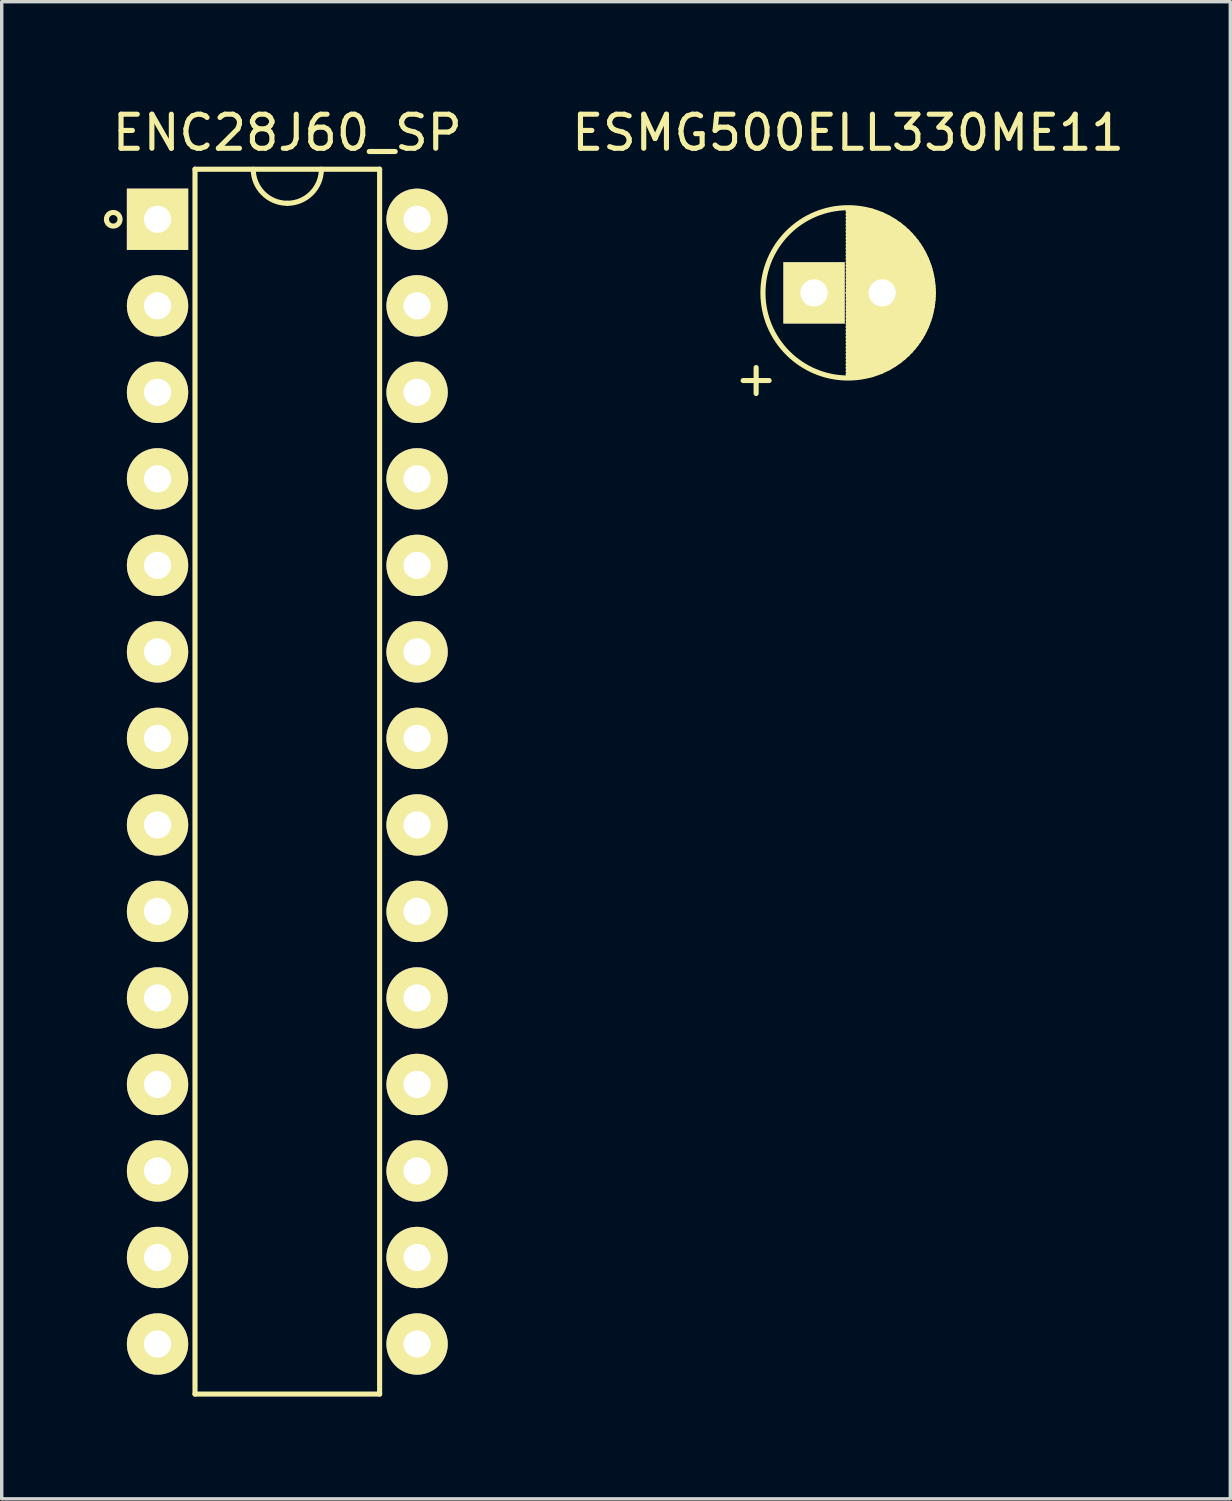
<source format=kicad_pcb>
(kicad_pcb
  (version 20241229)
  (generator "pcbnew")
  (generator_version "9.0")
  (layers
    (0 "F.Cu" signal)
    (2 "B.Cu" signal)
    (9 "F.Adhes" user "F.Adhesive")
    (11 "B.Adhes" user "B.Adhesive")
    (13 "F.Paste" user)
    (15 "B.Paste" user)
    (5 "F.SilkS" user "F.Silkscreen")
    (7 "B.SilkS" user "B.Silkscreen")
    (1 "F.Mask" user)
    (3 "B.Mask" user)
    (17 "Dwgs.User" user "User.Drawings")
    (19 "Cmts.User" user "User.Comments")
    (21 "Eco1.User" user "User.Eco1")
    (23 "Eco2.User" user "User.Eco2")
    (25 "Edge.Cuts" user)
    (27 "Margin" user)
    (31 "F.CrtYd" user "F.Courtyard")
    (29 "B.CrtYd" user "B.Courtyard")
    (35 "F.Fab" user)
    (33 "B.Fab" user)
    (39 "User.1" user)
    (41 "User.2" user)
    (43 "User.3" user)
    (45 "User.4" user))
  (footprint "ESMG500ELL330ME11"
    (layer "F.Cu")
    (at 20.849 5.548)
    (property "Reference" "ESMG500ELL330ME11" (at 1 -4.7 0) (layer "F.SilkS") (effects (font (size 1 1) (thickness 0.15))))
    (attr through_hole)
    (fp_line (start 1 -2.4) (end 1.7 -2.4) (stroke (width 0.15) (type solid)) (layer "F.SilkS"))
    (fp_line (start 1 -2.3) (end 1.98 -2.3) (stroke (width 0.15) (type solid)) (layer "F.SilkS"))
    (fp_line (start 1 -2.2) (end 2.187 -2.2) (stroke (width 0.15) (type solid)) (layer "F.SilkS"))
    (fp_line (start 1 -2.1) (end 2.356 -2.1) (stroke (width 0.15) (type solid)) (layer "F.SilkS"))
    (fp_line (start 1 -2) (end 2.5 -2) (stroke (width 0.15) (type solid)) (layer "F.SilkS"))
    (fp_line (start 1 -1.9) (end 2.625 -1.9) (stroke (width 0.15) (type solid)) (layer "F.SilkS"))
    (fp_line (start 1 -1.8) (end 2.735 -1.8) (stroke (width 0.15) (type solid)) (layer "F.SilkS"))
    (fp_line (start 1 -1.7) (end 2.833 -1.7) (stroke (width 0.15) (type solid)) (layer "F.SilkS"))
    (fp_line (start 1 -1.6) (end 2.921 -1.6) (stroke (width 0.15) (type solid)) (layer "F.SilkS"))
    (fp_line (start 1 -1.5) (end 3 -1.5) (stroke (width 0.15) (type solid)) (layer "F.SilkS"))
    (fp_line (start 1 -1.4) (end 3.071 -1.4) (stroke (width 0.15) (type solid)) (layer "F.SilkS"))
    (fp_line (start 1 -1.3) (end 3.135 -1.3) (stroke (width 0.15) (type solid)) (layer "F.SilkS"))
    (fp_line (start 1 -1.2) (end 3.193 -1.2) (stroke (width 0.15) (type solid)) (layer "F.SilkS"))
    (fp_line (start 1 -1.1) (end 3.245 -1.1) (stroke (width 0.15) (type solid)) (layer "F.SilkS"))
    (fp_line (start 1 -1) (end 3.291 -1) (stroke (width 0.15) (type solid)) (layer "F.SilkS"))
    (fp_line (start 1 -0.9) (end 3.332 -0.9) (stroke (width 0.15) (type solid)) (layer "F.SilkS"))
    (fp_line (start 1 -0.8) (end 3.369 -0.8) (stroke (width 0.15) (type solid)) (layer "F.SilkS"))
    (fp_line (start 1 -0.7) (end 3.4 -0.7) (stroke (width 0.15) (type solid)) (layer "F.SilkS"))
    (fp_line (start 1 -0.6) (end 3.427 -0.6) (stroke (width 0.15) (type solid)) (layer "F.SilkS"))
    (fp_line (start 1 -0.5) (end 3.449 -0.5) (stroke (width 0.15) (type solid)) (layer "F.SilkS"))
    (fp_line (start 1 -0.4) (end 3.468 -0.4) (stroke (width 0.15) (type solid)) (layer "F.SilkS"))
    (fp_line (start 1 -0.3) (end 3.482 -0.3) (stroke (width 0.15) (type solid)) (layer "F.SilkS"))
    (fp_line (start 1 -0.2) (end 3.492 -0.2) (stroke (width 0.15) (type solid)) (layer "F.SilkS"))
    (fp_line (start 1 -0.1) (end 3.498 -0.1) (stroke (width 0.15) (type solid)) (layer "F.SilkS"))
    (fp_line (start 1 0) (end 3.5 0) (stroke (width 0.15) (type solid)) (layer "F.SilkS"))
    (fp_line (start 1 0) (end 3.5 0) (stroke (width 0.15) (type solid)) (layer "F.SilkS"))
    (fp_line (start 1 0.1) (end 3.498 0.1) (stroke (width 0.15) (type solid)) (layer "F.SilkS"))
    (fp_line (start 1 0.2) (end 3.492 0.2) (stroke (width 0.15) (type solid)) (layer "F.SilkS"))
    (fp_line (start 1 0.3) (end 3.482 0.3) (stroke (width 0.15) (type solid)) (layer "F.SilkS"))
    (fp_line (start 1 0.4) (end 3.468 0.4) (stroke (width 0.15) (type solid)) (layer "F.SilkS"))
    (fp_line (start 1 0.5) (end 3.449 0.5) (stroke (width 0.15) (type solid)) (layer "F.SilkS"))
    (fp_line (start 1 0.6) (end 3.427 0.6) (stroke (width 0.15) (type solid)) (layer "F.SilkS"))
    (fp_line (start 1 0.7) (end 3.4 0.7) (stroke (width 0.15) (type solid)) (layer "F.SilkS"))
    (fp_line (start 1 0.8) (end 3.369 0.8) (stroke (width 0.15) (type solid)) (layer "F.SilkS"))
    (fp_line (start 1 0.9) (end 3.332 0.9) (stroke (width 0.15) (type solid)) (layer "F.SilkS"))
    (fp_line (start 1 1) (end 3.291 1) (stroke (width 0.15) (type solid)) (layer "F.SilkS"))
    (fp_line (start 1 1.1) (end 3.245 1.1) (stroke (width 0.15) (type solid)) (layer "F.SilkS"))
    (fp_line (start 1 1.2) (end 3.193 1.2) (stroke (width 0.15) (type solid)) (layer "F.SilkS"))
    (fp_line (start 1 1.3) (end 3.135 1.3) (stroke (width 0.15) (type solid)) (layer "F.SilkS"))
    (fp_line (start 1 1.4) (end 3.071 1.4) (stroke (width 0.15) (type solid)) (layer "F.SilkS"))
    (fp_line (start 1 1.5) (end 3 1.5) (stroke (width 0.15) (type solid)) (layer "F.SilkS"))
    (fp_line (start 1 1.6) (end 2.921 1.6) (stroke (width 0.15) (type solid)) (layer "F.SilkS"))
    (fp_line (start 1 1.7) (end 2.833 1.7) (stroke (width 0.15) (type solid)) (layer "F.SilkS"))
    (fp_line (start 1 1.8) (end 2.735 1.8) (stroke (width 0.15) (type solid)) (layer "F.SilkS"))
    (fp_line (start 1 1.9) (end 2.625 1.9) (stroke (width 0.15) (type solid)) (layer "F.SilkS"))
    (fp_line (start 1 2) (end 2.5 2) (stroke (width 0.15) (type solid)) (layer "F.SilkS"))
    (fp_line (start 1 2.1) (end 2.356 2.1) (stroke (width 0.15) (type solid)) (layer "F.SilkS"))
    (fp_line (start 1 2.2) (end 2.187 2.2) (stroke (width 0.15) (type solid)) (layer "F.SilkS"))
    (fp_line (start 1 2.3) (end 1.98 2.3) (stroke (width 0.15) (type solid)) (layer "F.SilkS"))
    (fp_line (start 1 2.4) (end 1.7 2.4) (stroke (width 0.15) (type solid)) (layer "F.SilkS"))
    (fp_circle (center 1 0) (end 1 -2.5) (stroke (width 0.15) (type solid)) (fill no) (layer "F.SilkS"))
    (fp_text user "+" (at -1.7 2.5 0) (layer "F.SilkS") (effects (font (size 1 1) (thickness 0.15))))
    (pad "1" thru_hole rect (at 0 0) (size 1.8 1.8) (drill 0.8) (layers "*.Cu" "*.Mask" "F.SilkS"))
    (pad "2" thru_hole circle (at 2 0) (size 1.8 1.8) (drill 0.8) (layers "*.Cu" "*.Mask" "F.SilkS")))
  (footprint "ENC28J60_SP"
    (layer "F.Cu")
    (at 1.575 3.388)
    (property "Reference" "ENC28J60_SP" (at 3.81 -2.54 0) (layer "F.SilkS") (effects (font (size 1 1) (thickness 0.15))))
    (attr through_hole)
    (fp_line (start 1.1 -1.47) (end 6.52 -1.47) (stroke (width 0.15) (type solid)) (layer "F.SilkS"))
    (fp_line (start 1.1 34.49) (end 1.1 -1.47) (stroke (width 0.15) (type solid)) (layer "F.SilkS"))
    (fp_line (start 6.52 -1.47) (end 6.52 34.49) (stroke (width 0.15) (type solid)) (layer "F.SilkS"))
    (fp_line (start 6.52 34.49) (end 1.1 34.49) (stroke (width 0.15) (type solid)) (layer "F.SilkS"))
    (fp_arc (start 3.81 -0.47) (mid 3.102893 -0.762893) (end 2.81 -1.47) (stroke (width 0.15) (type solid)) (layer "F.SilkS"))
    (fp_arc (start 4.81 -1.47) (mid 4.517107 -0.762893) (end 3.81 -0.47) (stroke (width 0.15) (type solid)) (layer "F.SilkS"))
    (fp_circle (center -1.3 0) (end -1.3 0.2) (stroke (width 0.15) (type solid)) (fill no) (layer "F.SilkS"))
    (pad "1" thru_hole rect (at 0 0) (size 1.8 1.8) (drill 0.8) (layers "*.Cu" "*.Mask" "F.SilkS"))
    (pad "2" thru_hole circle (at 0 2.54) (size 1.8 1.8) (drill 0.8) (layers "*.Cu" "*.Mask" "F.SilkS"))
    (pad "3" thru_hole circle (at 0 5.08) (size 1.8 1.8) (drill 0.8) (layers "*.Cu" "*.Mask" "F.SilkS"))
    (pad "4" thru_hole circle (at 0 7.62) (size 1.8 1.8) (drill 0.8) (layers "*.Cu" "*.Mask" "F.SilkS"))
    (pad "5" thru_hole circle (at 0 10.16) (size 1.8 1.8) (drill 0.8) (layers "*.Cu" "*.Mask" "F.SilkS"))
    (pad "6" thru_hole circle (at 0 12.7) (size 1.8 1.8) (drill 0.8) (layers "*.Cu" "*.Mask" "F.SilkS"))
    (pad "7" thru_hole circle (at 0 15.24) (size 1.8 1.8) (drill 0.8) (layers "*.Cu" "*.Mask" "F.SilkS"))
    (pad "8" thru_hole circle (at 0 17.78) (size 1.8 1.8) (drill 0.8) (layers "*.Cu" "*.Mask" "F.SilkS"))
    (pad "9" thru_hole circle (at 0 20.32) (size 1.8 1.8) (drill 0.8) (layers "*.Cu" "*.Mask" "F.SilkS"))
    (pad "10" thru_hole circle (at 0 22.86) (size 1.8 1.8) (drill 0.8) (layers "*.Cu" "*.Mask" "F.SilkS"))
    (pad "11" thru_hole circle (at 0 25.4) (size 1.8 1.8) (drill 0.8) (layers "*.Cu" "*.Mask" "F.SilkS"))
    (pad "12" thru_hole circle (at 0 27.94) (size 1.8 1.8) (drill 0.8) (layers "*.Cu" "*.Mask" "F.SilkS"))
    (pad "13" thru_hole circle (at 0 30.48) (size 1.8 1.8) (drill 0.8) (layers "*.Cu" "*.Mask" "F.SilkS"))
    (pad "14" thru_hole circle (at 0 33.02) (size 1.8 1.8) (drill 0.8) (layers "*.Cu" "*.Mask" "F.SilkS"))
    (pad "15" thru_hole circle (at 7.62 33.02) (size 1.8 1.8) (drill 0.8) (layers "*.Cu" "*.Mask" "F.SilkS"))
    (pad "16" thru_hole circle (at 7.62 30.48) (size 1.8 1.8) (drill 0.8) (layers "*.Cu" "*.Mask" "F.SilkS"))
    (pad "17" thru_hole circle (at 7.62 27.94) (size 1.8 1.8) (drill 0.8) (layers "*.Cu" "*.Mask" "F.SilkS"))
    (pad "18" thru_hole circle (at 7.62 25.4) (size 1.8 1.8) (drill 0.8) (layers "*.Cu" "*.Mask" "F.SilkS"))
    (pad "19" thru_hole circle (at 7.62 22.86) (size 1.8 1.8) (drill 0.8) (layers "*.Cu" "*.Mask" "F.SilkS"))
    (pad "20" thru_hole circle (at 7.62 20.32) (size 1.8 1.8) (drill 0.8) (layers "*.Cu" "*.Mask" "F.SilkS"))
    (pad "21" thru_hole circle (at 7.62 17.78) (size 1.8 1.8) (drill 0.8) (layers "*.Cu" "*.Mask" "F.SilkS"))
    (pad "22" thru_hole circle (at 7.62 15.24) (size 1.8 1.8) (drill 0.8) (layers "*.Cu" "*.Mask" "F.SilkS"))
    (pad "23" thru_hole circle (at 7.62 12.7) (size 1.8 1.8) (drill 0.8) (layers "*.Cu" "*.Mask" "F.SilkS"))
    (pad "24" thru_hole circle (at 7.62 10.16) (size 1.8 1.8) (drill 0.8) (layers "*.Cu" "*.Mask" "F.SilkS"))
    (pad "25" thru_hole circle (at 7.62 7.62) (size 1.8 1.8) (drill 0.8) (layers "*.Cu" "*.Mask" "F.SilkS"))
    (pad "26" thru_hole circle (at 7.62 5.08) (size 1.8 1.8) (drill 0.8) (layers "*.Cu" "*.Mask" "F.SilkS"))
    (pad "27" thru_hole circle (at 7.62 2.54) (size 1.8 1.8) (drill 0.8) (layers "*.Cu" "*.Mask" "F.SilkS"))
    (pad "28" thru_hole circle (at 7.62 0) (size 1.8 1.8) (drill 0.8) (layers "*.Cu" "*.Mask" "F.SilkS")))
  (gr_rect
    (start -3 -3)
    (end 33.07 40.953)
    (stroke (width 0.1) (type default))
    (fill no)
    (layer "Edge.Cuts")))
</source>
